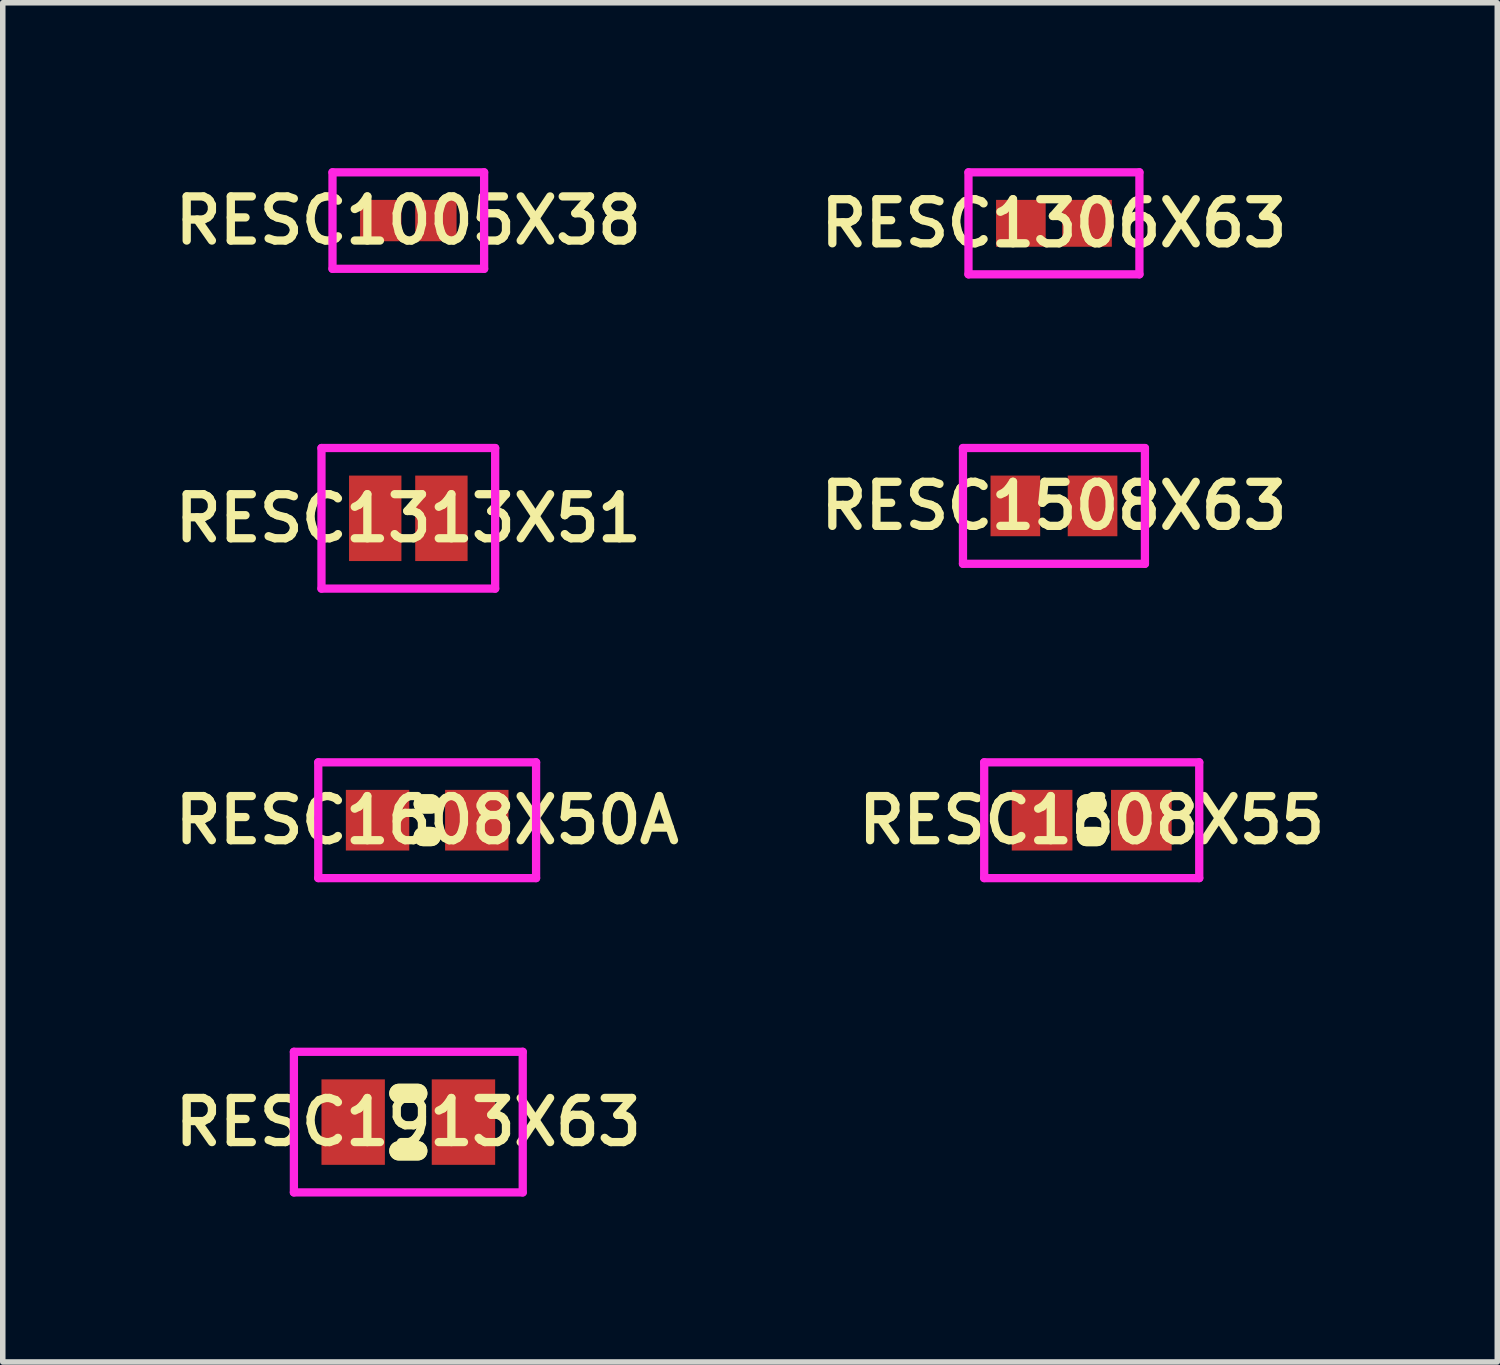
<source format=kicad_pcb>
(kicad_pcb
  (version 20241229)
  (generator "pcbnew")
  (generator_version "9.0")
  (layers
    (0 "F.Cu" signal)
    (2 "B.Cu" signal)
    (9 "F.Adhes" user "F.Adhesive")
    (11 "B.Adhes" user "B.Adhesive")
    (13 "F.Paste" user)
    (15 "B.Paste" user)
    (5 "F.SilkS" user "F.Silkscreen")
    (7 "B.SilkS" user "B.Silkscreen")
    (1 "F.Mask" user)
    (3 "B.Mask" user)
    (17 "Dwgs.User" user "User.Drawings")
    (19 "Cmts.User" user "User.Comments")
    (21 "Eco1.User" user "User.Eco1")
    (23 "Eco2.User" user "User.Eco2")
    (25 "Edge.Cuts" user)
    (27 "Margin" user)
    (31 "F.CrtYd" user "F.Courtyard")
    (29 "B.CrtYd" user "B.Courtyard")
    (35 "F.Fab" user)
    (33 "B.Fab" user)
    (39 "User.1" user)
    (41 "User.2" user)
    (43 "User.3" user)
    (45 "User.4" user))
  (footprint "RESC1313X51"
    (layer "F.Cu")
    (at 4.355 6.35)
    (property "Reference" "RESC1313X51" (at 0 0 0) (layer "F.SilkS") (effects (font (size 0.8 0.8) (thickness 0.15))))
    (attr smd)
    (fp_line (start -1.575 -1.275) (end 1.575 -1.275) (stroke (width 0.15) (type solid)) (layer "F.CrtYd"))
    (fp_line (start -1.575 1.275) (end -1.575 -1.275) (stroke (width 0.15) (type solid)) (layer "F.CrtYd"))
    (fp_line (start 1.575 -1.275) (end 1.575 1.275) (stroke (width 0.15) (type solid)) (layer "F.CrtYd"))
    (fp_line (start 1.575 1.275) (end -1.575 1.275) (stroke (width 0.15) (type solid)) (layer "F.CrtYd"))
    (pad "1" smd rect (at -0.6 0) (size 0.95 1.55) (layers "F.Cu" "F.Mask" "F.Paste"))
    (pad "2" smd rect (at 0.6 0) (size 0.95 1.55) (layers "F.Cu" "F.Mask" "F.Paste")))
  (footprint "RESC1508X63"
    (layer "F.Cu")
    (at 16.064 6.125)
    (property "Reference" "RESC1508X63" (at 0 0 0) (layer "F.SilkS") (effects (font (size 0.8 0.8) (thickness 0.15))))
    (attr smd)
    (fp_line (start -1.65 -1.05) (end 1.65 -1.05) (stroke (width 0.15) (type solid)) (layer "F.CrtYd"))
    (fp_line (start -1.65 1.05) (end -1.65 -1.05) (stroke (width 0.15) (type solid)) (layer "F.CrtYd"))
    (fp_line (start 1.65 -1.05) (end 1.65 1.05) (stroke (width 0.15) (type solid)) (layer "F.CrtYd"))
    (fp_line (start 1.65 1.05) (end -1.65 1.05) (stroke (width 0.15) (type solid)) (layer "F.CrtYd"))
    (pad "1" smd rect (at -0.7 0) (size 0.9 1.1) (layers "F.Cu" "F.Mask" "F.Paste"))
    (pad "2" smd rect (at 0.7 0) (size 0.9 1.1) (layers "F.Cu" "F.Mask" "F.Paste")))
  (footprint "RESC1306X63"
    (layer "F.Cu")
    (at 16.064 1)
    (property "Reference" "RESC1306X63" (at 0 0 0) (layer "F.SilkS") (effects (font (size 0.8 0.8) (thickness 0.15))))
    (attr smd)
    (fp_line (start -1.55 -0.925) (end 1.55 -0.925) (stroke (width 0.15) (type solid)) (layer "F.CrtYd"))
    (fp_line (start -1.55 0.925) (end -1.55 -0.925) (stroke (width 0.15) (type solid)) (layer "F.CrtYd"))
    (fp_line (start 1.55 -0.925) (end 1.55 0.925) (stroke (width 0.15) (type solid)) (layer "F.CrtYd"))
    (fp_line (start 1.55 0.925) (end -1.55 0.925) (stroke (width 0.15) (type solid)) (layer "F.CrtYd"))
    (pad "1" smd rect (at -0.6 0) (size 0.9 0.85) (layers "F.Cu" "F.Mask" "F.Paste"))
    (pad "2" smd rect (at 0.6 0) (size 0.9 0.85) (layers "F.Cu" "F.Mask" "F.Paste")))
  (footprint "RESC1005X38"
    (layer "F.Cu")
    (at 4.355 0.95)
    (property "Reference" "RESC1005X38" (at 0 0 0) (layer "F.SilkS") (effects (font (size 0.8 0.8) (thickness 0.15))))
    (attr smd)
    (fp_line (start -1.375 -0.875) (end 1.375 -0.875) (stroke (width 0.15) (type solid)) (layer "F.CrtYd"))
    (fp_line (start -1.375 0.875) (end -1.375 -0.875) (stroke (width 0.15) (type solid)) (layer "F.CrtYd"))
    (fp_line (start 1.375 -0.875) (end 1.375 0.875) (stroke (width 0.15) (type solid)) (layer "F.CrtYd"))
    (fp_line (start 1.375 0.875) (end -1.375 0.875) (stroke (width 0.15) (type solid)) (layer "F.CrtYd"))
    (pad "1" smd rect (at -0.5 0) (size 0.75 0.75) (layers "F.Cu" "F.Mask" "F.Paste"))
    (pad "2" smd rect (at 0.5 0) (size 0.75 0.75) (layers "F.Cu" "F.Mask" "F.Paste")))
  (footprint "RESC1608X50A"
    (layer "F.Cu")
    (at 4.697 11.825)
    (property "Reference" "RESC1608X50A" (at 0 0 0) (layer "F.SilkS") (effects (font (size 0.8 0.8) (thickness 0.15))))
    (attr smd)
    (fp_line (start -0.071 -0.296) (end 0.071 -0.296) (stroke (width 0.35) (type solid)) (layer "F.SilkS"))
    (fp_line (start -0.071 0.296) (end 0.071 0.296) (stroke (width 0.35) (type solid)) (layer "F.SilkS"))
    (fp_line (start 0.071 -0.296) (end -0.071 -0.296) (stroke (width 0.35) (type solid)) (layer "F.SilkS"))
    (fp_line (start 0.071 0.296) (end -0.071 0.296) (stroke (width 0.35) (type solid)) (layer "F.SilkS"))
    (fp_line (start -1.975 -1.05) (end 1.975 -1.05) (stroke (width 0.15) (type solid)) (layer "F.CrtYd"))
    (fp_line (start -1.975 1.05) (end -1.975 -1.05) (stroke (width 0.15) (type solid)) (layer "F.CrtYd"))
    (fp_line (start 1.975 -1.05) (end 1.975 1.05) (stroke (width 0.15) (type solid)) (layer "F.CrtYd"))
    (fp_line (start 1.975 1.05) (end -1.975 1.05) (stroke (width 0.15) (type solid)) (layer "F.CrtYd"))
    (pad "1" smd rect (at -0.9 0) (size 1.15 1.1) (layers "F.Cu" "F.Mask" "F.Paste"))
    (pad "2" smd rect (at 0.9 0) (size 1.15 1.1) (layers "F.Cu" "F.Mask" "F.Paste")))
  (footprint "RESC1608X55"
    (layer "F.Cu")
    (at 16.749 11.825)
    (property "Reference" "RESC1608X55" (at 0 0 0) (layer "F.SilkS") (effects (font (size 0.8 0.8) (thickness 0.15))))
    (attr smd)
    (fp_line (start -0.096 -0.296) (end 0.096 -0.296) (stroke (width 0.35) (type solid)) (layer "F.SilkS"))
    (fp_line (start -0.096 0.296) (end 0.096 0.296) (stroke (width 0.35) (type solid)) (layer "F.SilkS"))
    (fp_line (start 0.096 -0.296) (end -0.096 -0.296) (stroke (width 0.35) (type solid)) (layer "F.SilkS"))
    (fp_line (start 0.096 0.296) (end -0.096 0.296) (stroke (width 0.35) (type solid)) (layer "F.SilkS"))
    (fp_line (start -1.95 -1.05) (end 1.95 -1.05) (stroke (width 0.15) (type solid)) (layer "F.CrtYd"))
    (fp_line (start -1.95 1.05) (end -1.95 -1.05) (stroke (width 0.15) (type solid)) (layer "F.CrtYd"))
    (fp_line (start 1.95 -1.05) (end 1.95 1.05) (stroke (width 0.15) (type solid)) (layer "F.CrtYd"))
    (fp_line (start 1.95 1.05) (end -1.95 1.05) (stroke (width 0.15) (type solid)) (layer "F.CrtYd"))
    (pad "1" smd rect (at -0.9 0) (size 1.1 1.1) (layers "F.Cu" "F.Mask" "F.Paste"))
    (pad "2" smd rect (at 0.9 0) (size 1.1 1.1) (layers "F.Cu" "F.Mask" "F.Paste")))
  (footprint "RESC1913X63"
    (layer "F.Cu")
    (at 4.355 17.3)
    (property "Reference" "RESC1913X63" (at 0 0 0) (layer "F.SilkS") (effects (font (size 0.8 0.8) (thickness 0.15))))
    (attr smd)
    (fp_line (start -0.171 -0.521) (end 0.171 -0.521) (stroke (width 0.35) (type solid)) (layer "F.SilkS"))
    (fp_line (start -0.171 0.521) (end 0.171 0.521) (stroke (width 0.35) (type solid)) (layer "F.SilkS"))
    (fp_line (start 0.171 -0.521) (end -0.171 -0.521) (stroke (width 0.35) (type solid)) (layer "F.SilkS"))
    (fp_line (start 0.171 0.521) (end -0.171 0.521) (stroke (width 0.35) (type solid)) (layer "F.SilkS"))
    (fp_line (start -2.075 -1.275) (end 2.075 -1.275) (stroke (width 0.15) (type solid)) (layer "F.CrtYd"))
    (fp_line (start -2.075 1.275) (end -2.075 -1.275) (stroke (width 0.15) (type solid)) (layer "F.CrtYd"))
    (fp_line (start 2.075 -1.275) (end 2.075 1.275) (stroke (width 0.15) (type solid)) (layer "F.CrtYd"))
    (fp_line (start 2.075 1.275) (end -2.075 1.275) (stroke (width 0.15) (type solid)) (layer "F.CrtYd"))
    (pad "1" smd rect (at -1 0) (size 1.15 1.55) (layers "F.Cu" "F.Mask" "F.Paste"))
    (pad "2" smd rect (at 1 0) (size 1.15 1.55) (layers "F.Cu" "F.Mask" "F.Paste")))
  (gr_rect
    (start -3 -3)
    (end 24.104 21.65)
    (stroke (width 0.1) (type default))
    (fill no)
    (layer "Edge.Cuts")))
</source>
